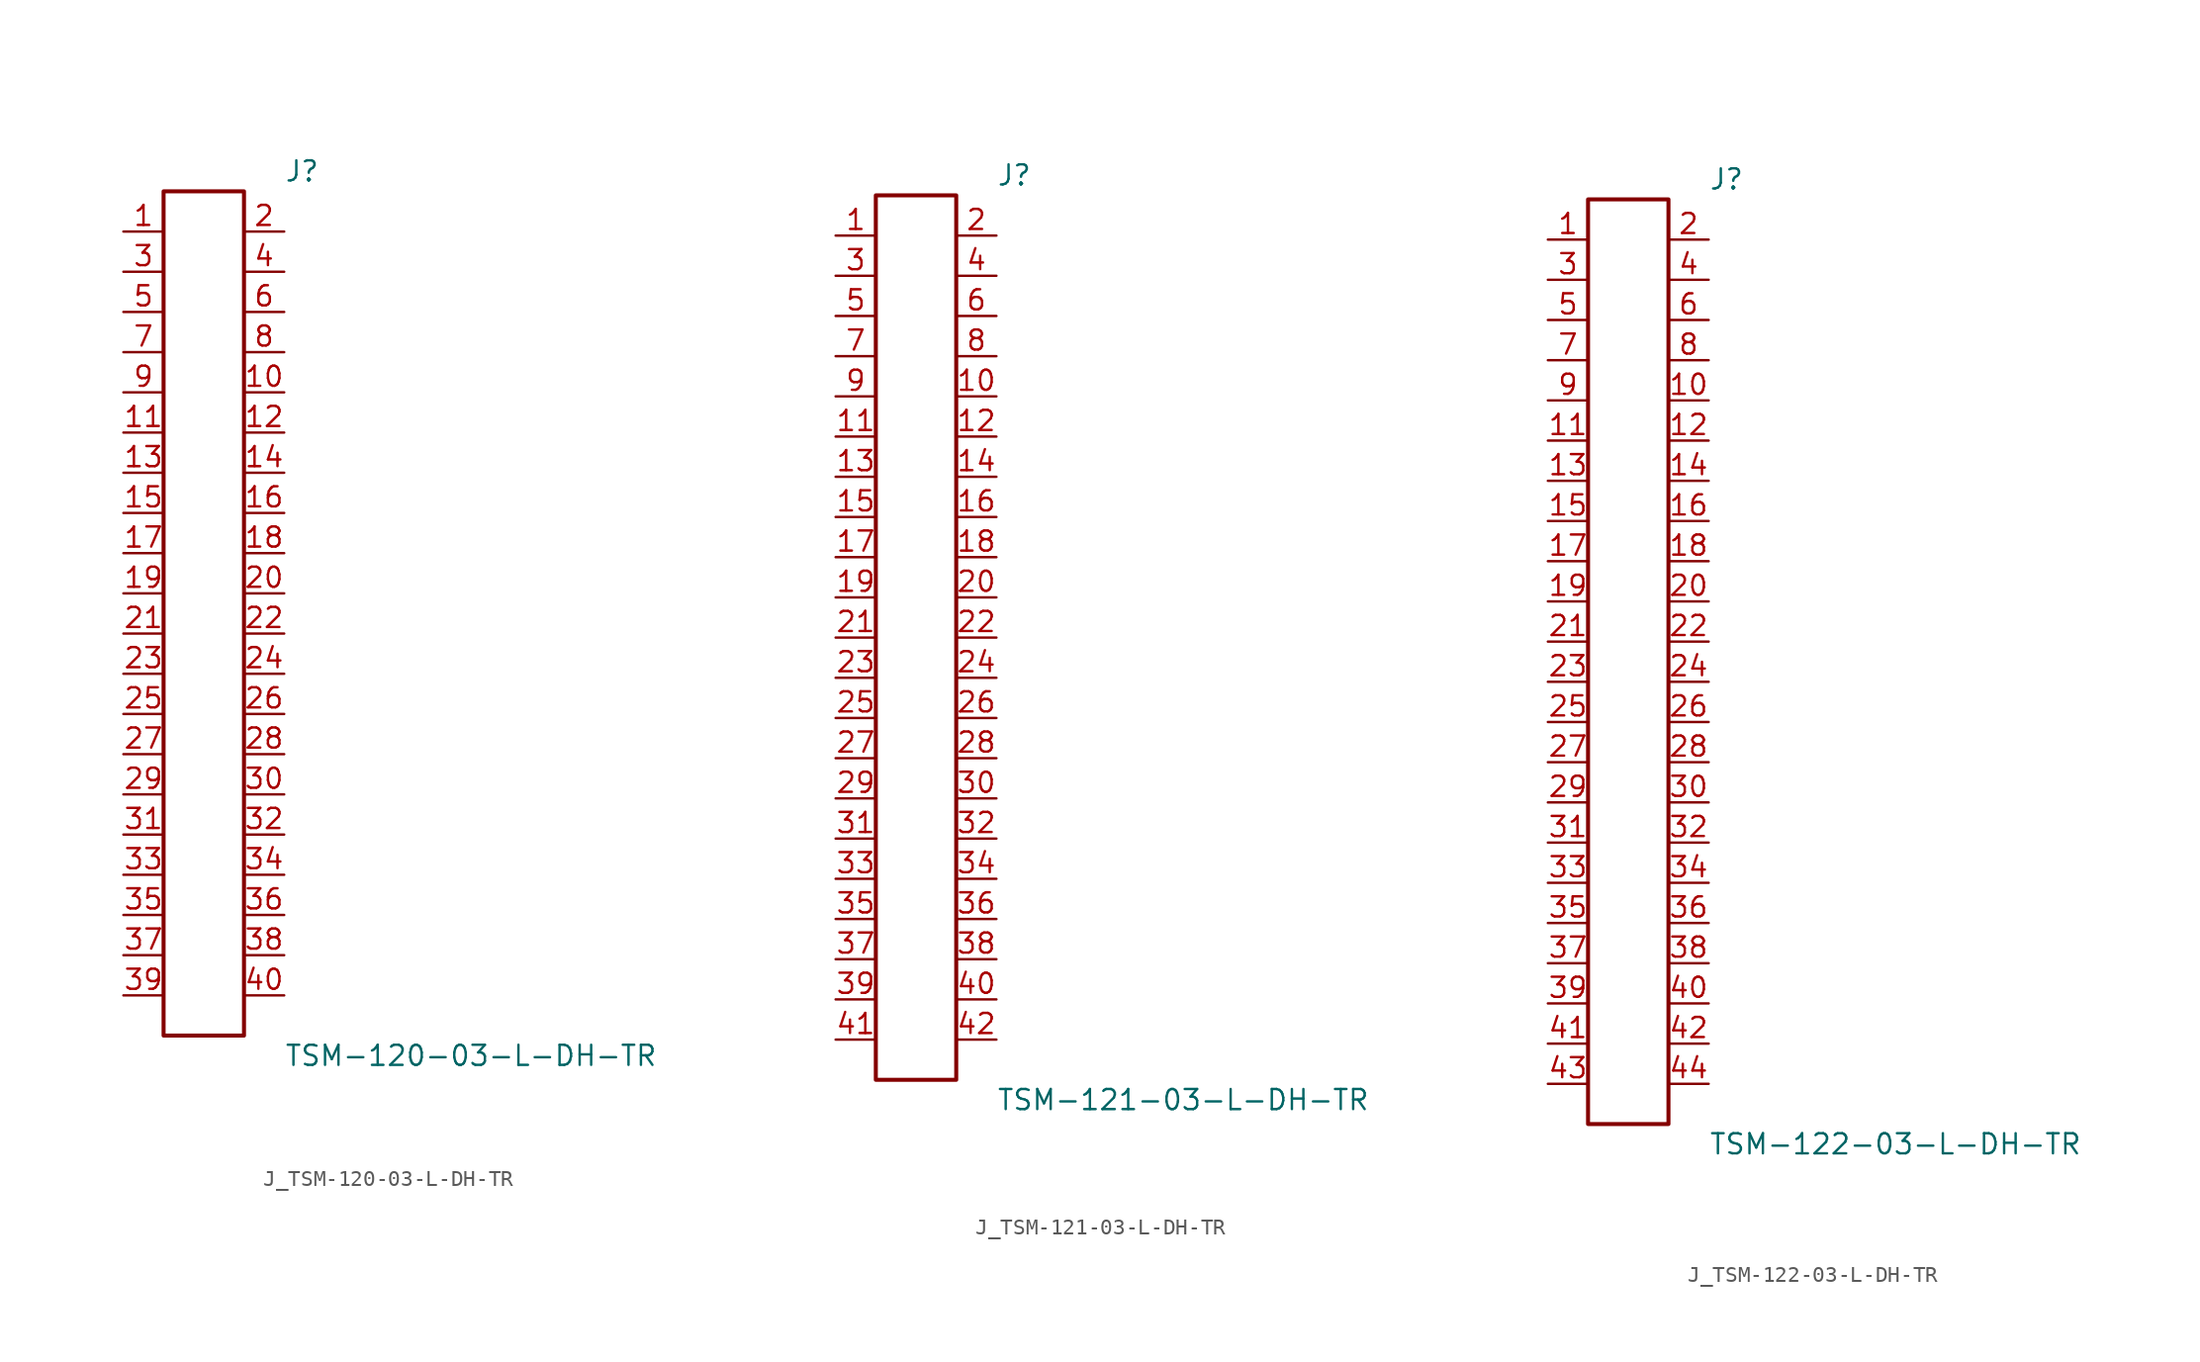
<source format=kicad_sym>
(kicad_symbol_lib
  (version 20231120)
  (generator kicad_symbol_editor)
  (generator_version 8.0)
  (symbol "J_TSM-120-03-L-DH-TR"
    (pin_names
      (offset 0.254))
    (property "Reference" "J"
      (at 5.08 27.94 0)
      (effects (font (size 1.27 1.27)) (justify left)))
    (property "Value" "TSM-120-03-L-DH-TR"
      (at 5.08 -27.94 0)
      (effects (font (size 1.27 1.27)) (justify left)))
    (symbol "J_TSM-120-03-L-DH-TR_0_0"
      (pin passive line (at -5.08 24.13 0) (length 2.54) (name "" (effects (font (size 1.27 1.27)))) (number "1" (effects (font (size 1.27 1.27)))))
      (pin passive line (at 5.08 24.13 180) (length 2.54) (name "" (effects (font (size 1.27 1.27)))) (number "2" (effects (font (size 1.27 1.27)))))
      (pin passive line (at -5.08 21.59 0) (length 2.54) (name "" (effects (font (size 1.27 1.27)))) (number "3" (effects (font (size 1.27 1.27)))))
      (pin passive line (at 5.08 21.59 180) (length 2.54) (name "" (effects (font (size 1.27 1.27)))) (number "4" (effects (font (size 1.27 1.27)))))
      (pin passive line (at -5.08 19.05 0) (length 2.54) (name "" (effects (font (size 1.27 1.27)))) (number "5" (effects (font (size 1.27 1.27)))))
      (pin passive line (at 5.08 19.05 180) (length 2.54) (name "" (effects (font (size 1.27 1.27)))) (number "6" (effects (font (size 1.27 1.27)))))
      (pin passive line (at -5.08 16.51 0) (length 2.54) (name "" (effects (font (size 1.27 1.27)))) (number "7" (effects (font (size 1.27 1.27)))))
      (pin passive line (at 5.08 16.51 180) (length 2.54) (name "" (effects (font (size 1.27 1.27)))) (number "8" (effects (font (size 1.27 1.27)))))
      (pin passive line (at -5.08 13.97 0) (length 2.54) (name "" (effects (font (size 1.27 1.27)))) (number "9" (effects (font (size 1.27 1.27)))))
      (pin passive line (at 5.08 13.97 180) (length 2.54) (name "" (effects (font (size 1.27 1.27)))) (number "10" (effects (font (size 1.27 1.27)))))
      (pin passive line (at -5.08 11.43 0) (length 2.54) (name "" (effects (font (size 1.27 1.27)))) (number "11" (effects (font (size 1.27 1.27)))))
      (pin passive line (at 5.08 11.43 180) (length 2.54) (name "" (effects (font (size 1.27 1.27)))) (number "12" (effects (font (size 1.27 1.27)))))
      (pin passive line (at -5.08 8.89 0) (length 2.54) (name "" (effects (font (size 1.27 1.27)))) (number "13" (effects (font (size 1.27 1.27)))))
      (pin passive line (at 5.08 8.89 180) (length 2.54) (name "" (effects (font (size 1.27 1.27)))) (number "14" (effects (font (size 1.27 1.27)))))
      (pin passive line (at -5.08 6.35 0) (length 2.54) (name "" (effects (font (size 1.27 1.27)))) (number "15" (effects (font (size 1.27 1.27)))))
      (pin passive line (at 5.08 6.35 180) (length 2.54) (name "" (effects (font (size 1.27 1.27)))) (number "16" (effects (font (size 1.27 1.27)))))
      (pin passive line (at -5.08 3.81 0) (length 2.54) (name "" (effects (font (size 1.27 1.27)))) (number "17" (effects (font (size 1.27 1.27)))))
      (pin passive line (at 5.08 3.81 180) (length 2.54) (name "" (effects (font (size 1.27 1.27)))) (number "18" (effects (font (size 1.27 1.27)))))
      (pin passive line (at -5.08 1.27 0) (length 2.54) (name "" (effects (font (size 1.27 1.27)))) (number "19" (effects (font (size 1.27 1.27)))))
      (pin passive line (at 5.08 1.27 180) (length 2.54) (name "" (effects (font (size 1.27 1.27)))) (number "20" (effects (font (size 1.27 1.27)))))
      (pin passive line (at -5.08 -1.27 0) (length 2.54) (name "" (effects (font (size 1.27 1.27)))) (number "21" (effects (font (size 1.27 1.27)))))
      (pin passive line (at 5.08 -1.27 180) (length 2.54) (name "" (effects (font (size 1.27 1.27)))) (number "22" (effects (font (size 1.27 1.27)))))
      (pin passive line (at -5.08 -3.81 0) (length 2.54) (name "" (effects (font (size 1.27 1.27)))) (number "23" (effects (font (size 1.27 1.27)))))
      (pin passive line (at 5.08 -3.81 180) (length 2.54) (name "" (effects (font (size 1.27 1.27)))) (number "24" (effects (font (size 1.27 1.27)))))
      (pin passive line (at -5.08 -6.35 0) (length 2.54) (name "" (effects (font (size 1.27 1.27)))) (number "25" (effects (font (size 1.27 1.27)))))
      (pin passive line (at 5.08 -6.35 180) (length 2.54) (name "" (effects (font (size 1.27 1.27)))) (number "26" (effects (font (size 1.27 1.27)))))
      (pin passive line (at -5.08 -8.89 0) (length 2.54) (name "" (effects (font (size 1.27 1.27)))) (number "27" (effects (font (size 1.27 1.27)))))
      (pin passive line (at 5.08 -8.89 180) (length 2.54) (name "" (effects (font (size 1.27 1.27)))) (number "28" (effects (font (size 1.27 1.27)))))
      (pin passive line (at -5.08 -11.43 0) (length 2.54) (name "" (effects (font (size 1.27 1.27)))) (number "29" (effects (font (size 1.27 1.27)))))
      (pin passive line (at 5.08 -11.43 180) (length 2.54) (name "" (effects (font (size 1.27 1.27)))) (number "30" (effects (font (size 1.27 1.27)))))
      (pin passive line (at -5.08 -13.97 0) (length 2.54) (name "" (effects (font (size 1.27 1.27)))) (number "31" (effects (font (size 1.27 1.27)))))
      (pin passive line (at 5.08 -13.97 180) (length 2.54) (name "" (effects (font (size 1.27 1.27)))) (number "32" (effects (font (size 1.27 1.27)))))
      (pin passive line (at -5.08 -16.51 0) (length 2.54) (name "" (effects (font (size 1.27 1.27)))) (number "33" (effects (font (size 1.27 1.27)))))
      (pin passive line (at 5.08 -16.51 180) (length 2.54) (name "" (effects (font (size 1.27 1.27)))) (number "34" (effects (font (size 1.27 1.27)))))
      (pin passive line (at -5.08 -19.05 0) (length 2.54) (name "" (effects (font (size 1.27 1.27)))) (number "35" (effects (font (size 1.27 1.27)))))
      (pin passive line (at 5.08 -19.05 180) (length 2.54) (name "" (effects (font (size 1.27 1.27)))) (number "36" (effects (font (size 1.27 1.27)))))
      (pin passive line (at -5.08 -21.59 0) (length 2.54) (name "" (effects (font (size 1.27 1.27)))) (number "37" (effects (font (size 1.27 1.27)))))
      (pin passive line (at 5.08 -21.59 180) (length 2.54) (name "" (effects (font (size 1.27 1.27)))) (number "38" (effects (font (size 1.27 1.27)))))
      (pin passive line (at -5.08 -24.13 0) (length 2.54) (name "" (effects (font (size 1.27 1.27)))) (number "39" (effects (font (size 1.27 1.27)))))
      (pin passive line (at 5.08 -24.13 180) (length 2.54) (name "" (effects (font (size 1.27 1.27)))) (number "40" (effects (font (size 1.27 1.27))))))
    (symbol "J_TSM-120-03-L-DH-TR_1_0"
      (rectangle (start -2.54 26.67) (end 2.54 -26.67) (stroke (width 0.254) (type solid)) (fill (type none)))))
  (symbol "J_TSM-121-03-L-DH-TR"
    (pin_names
      (offset 0.254))
    (property "Reference" "J"
      (at 5.08 29.21 0)
      (effects (font (size 1.27 1.27)) (justify left)))
    (property "Value" "TSM-121-03-L-DH-TR"
      (at 5.08 -29.21 0)
      (effects (font (size 1.27 1.27)) (justify left)))
    (symbol "J_TSM-121-03-L-DH-TR_0_0"
      (pin passive line (at -5.08 25.4 0) (length 2.54) (name "" (effects (font (size 1.27 1.27)))) (number "1" (effects (font (size 1.27 1.27)))))
      (pin passive line (at 5.08 25.4 180) (length 2.54) (name "" (effects (font (size 1.27 1.27)))) (number "2" (effects (font (size 1.27 1.27)))))
      (pin passive line (at -5.08 22.86 0) (length 2.54) (name "" (effects (font (size 1.27 1.27)))) (number "3" (effects (font (size 1.27 1.27)))))
      (pin passive line (at 5.08 22.86 180) (length 2.54) (name "" (effects (font (size 1.27 1.27)))) (number "4" (effects (font (size 1.27 1.27)))))
      (pin passive line (at -5.08 20.32 0) (length 2.54) (name "" (effects (font (size 1.27 1.27)))) (number "5" (effects (font (size 1.27 1.27)))))
      (pin passive line (at 5.08 20.32 180) (length 2.54) (name "" (effects (font (size 1.27 1.27)))) (number "6" (effects (font (size 1.27 1.27)))))
      (pin passive line (at -5.08 17.78 0) (length 2.54) (name "" (effects (font (size 1.27 1.27)))) (number "7" (effects (font (size 1.27 1.27)))))
      (pin passive line (at 5.08 17.78 180) (length 2.54) (name "" (effects (font (size 1.27 1.27)))) (number "8" (effects (font (size 1.27 1.27)))))
      (pin passive line (at -5.08 15.24 0) (length 2.54) (name "" (effects (font (size 1.27 1.27)))) (number "9" (effects (font (size 1.27 1.27)))))
      (pin passive line (at 5.08 15.24 180) (length 2.54) (name "" (effects (font (size 1.27 1.27)))) (number "10" (effects (font (size 1.27 1.27)))))
      (pin passive line (at -5.08 12.7 0) (length 2.54) (name "" (effects (font (size 1.27 1.27)))) (number "11" (effects (font (size 1.27 1.27)))))
      (pin passive line (at 5.08 12.7 180) (length 2.54) (name "" (effects (font (size 1.27 1.27)))) (number "12" (effects (font (size 1.27 1.27)))))
      (pin passive line (at -5.08 10.16 0) (length 2.54) (name "" (effects (font (size 1.27 1.27)))) (number "13" (effects (font (size 1.27 1.27)))))
      (pin passive line (at 5.08 10.16 180) (length 2.54) (name "" (effects (font (size 1.27 1.27)))) (number "14" (effects (font (size 1.27 1.27)))))
      (pin passive line (at -5.08 7.62 0) (length 2.54) (name "" (effects (font (size 1.27 1.27)))) (number "15" (effects (font (size 1.27 1.27)))))
      (pin passive line (at 5.08 7.62 180) (length 2.54) (name "" (effects (font (size 1.27 1.27)))) (number "16" (effects (font (size 1.27 1.27)))))
      (pin passive line (at -5.08 5.08 0) (length 2.54) (name "" (effects (font (size 1.27 1.27)))) (number "17" (effects (font (size 1.27 1.27)))))
      (pin passive line (at 5.08 5.08 180) (length 2.54) (name "" (effects (font (size 1.27 1.27)))) (number "18" (effects (font (size 1.27 1.27)))))
      (pin passive line (at -5.08 2.54 0) (length 2.54) (name "" (effects (font (size 1.27 1.27)))) (number "19" (effects (font (size 1.27 1.27)))))
      (pin passive line (at 5.08 2.54 180) (length 2.54) (name "" (effects (font (size 1.27 1.27)))) (number "20" (effects (font (size 1.27 1.27)))))
      (pin passive line (at -5.08 0.0 0) (length 2.54) (name "" (effects (font (size 1.27 1.27)))) (number "21" (effects (font (size 1.27 1.27)))))
      (pin passive line (at 5.08 0.0 180) (length 2.54) (name "" (effects (font (size 1.27 1.27)))) (number "22" (effects (font (size 1.27 1.27)))))
      (pin passive line (at -5.08 -2.54 0) (length 2.54) (name "" (effects (font (size 1.27 1.27)))) (number "23" (effects (font (size 1.27 1.27)))))
      (pin passive line (at 5.08 -2.54 180) (length 2.54) (name "" (effects (font (size 1.27 1.27)))) (number "24" (effects (font (size 1.27 1.27)))))
      (pin passive line (at -5.08 -5.08 0) (length 2.54) (name "" (effects (font (size 1.27 1.27)))) (number "25" (effects (font (size 1.27 1.27)))))
      (pin passive line (at 5.08 -5.08 180) (length 2.54) (name "" (effects (font (size 1.27 1.27)))) (number "26" (effects (font (size 1.27 1.27)))))
      (pin passive line (at -5.08 -7.62 0) (length 2.54) (name "" (effects (font (size 1.27 1.27)))) (number "27" (effects (font (size 1.27 1.27)))))
      (pin passive line (at 5.08 -7.62 180) (length 2.54) (name "" (effects (font (size 1.27 1.27)))) (number "28" (effects (font (size 1.27 1.27)))))
      (pin passive line (at -5.08 -10.16 0) (length 2.54) (name "" (effects (font (size 1.27 1.27)))) (number "29" (effects (font (size 1.27 1.27)))))
      (pin passive line (at 5.08 -10.16 180) (length 2.54) (name "" (effects (font (size 1.27 1.27)))) (number "30" (effects (font (size 1.27 1.27)))))
      (pin passive line (at -5.08 -12.7 0) (length 2.54) (name "" (effects (font (size 1.27 1.27)))) (number "31" (effects (font (size 1.27 1.27)))))
      (pin passive line (at 5.08 -12.7 180) (length 2.54) (name "" (effects (font (size 1.27 1.27)))) (number "32" (effects (font (size 1.27 1.27)))))
      (pin passive line (at -5.08 -15.24 0) (length 2.54) (name "" (effects (font (size 1.27 1.27)))) (number "33" (effects (font (size 1.27 1.27)))))
      (pin passive line (at 5.08 -15.24 180) (length 2.54) (name "" (effects (font (size 1.27 1.27)))) (number "34" (effects (font (size 1.27 1.27)))))
      (pin passive line (at -5.08 -17.78 0) (length 2.54) (name "" (effects (font (size 1.27 1.27)))) (number "35" (effects (font (size 1.27 1.27)))))
      (pin passive line (at 5.08 -17.78 180) (length 2.54) (name "" (effects (font (size 1.27 1.27)))) (number "36" (effects (font (size 1.27 1.27)))))
      (pin passive line (at -5.08 -20.32 0) (length 2.54) (name "" (effects (font (size 1.27 1.27)))) (number "37" (effects (font (size 1.27 1.27)))))
      (pin passive line (at 5.08 -20.32 180) (length 2.54) (name "" (effects (font (size 1.27 1.27)))) (number "38" (effects (font (size 1.27 1.27)))))
      (pin passive line (at -5.08 -22.86 0) (length 2.54) (name "" (effects (font (size 1.27 1.27)))) (number "39" (effects (font (size 1.27 1.27)))))
      (pin passive line (at 5.08 -22.86 180) (length 2.54) (name "" (effects (font (size 1.27 1.27)))) (number "40" (effects (font (size 1.27 1.27)))))
      (pin passive line (at -5.08 -25.4 0) (length 2.54) (name "" (effects (font (size 1.27 1.27)))) (number "41" (effects (font (size 1.27 1.27)))))
      (pin passive line (at 5.08 -25.4 180) (length 2.54) (name "" (effects (font (size 1.27 1.27)))) (number "42" (effects (font (size 1.27 1.27))))))
    (symbol "J_TSM-121-03-L-DH-TR_1_0"
      (rectangle (start -2.54 27.94) (end 2.54 -27.94) (stroke (width 0.254) (type solid)) (fill (type none)))))
  (symbol "J_TSM-122-03-L-DH-TR"
    (pin_names
      (offset 0.254))
    (property "Reference" "J"
      (at 5.08 30.48 0)
      (effects (font (size 1.27 1.27)) (justify left)))
    (property "Value" "TSM-122-03-L-DH-TR"
      (at 5.08 -30.48 0)
      (effects (font (size 1.27 1.27)) (justify left)))
    (symbol "J_TSM-122-03-L-DH-TR_0_0"
      (pin passive line (at -5.08 26.67 0) (length 2.54) (name "" (effects (font (size 1.27 1.27)))) (number "1" (effects (font (size 1.27 1.27)))))
      (pin passive line (at 5.08 26.67 180) (length 2.54) (name "" (effects (font (size 1.27 1.27)))) (number "2" (effects (font (size 1.27 1.27)))))
      (pin passive line (at -5.08 24.13 0) (length 2.54) (name "" (effects (font (size 1.27 1.27)))) (number "3" (effects (font (size 1.27 1.27)))))
      (pin passive line (at 5.08 24.13 180) (length 2.54) (name "" (effects (font (size 1.27 1.27)))) (number "4" (effects (font (size 1.27 1.27)))))
      (pin passive line (at -5.08 21.59 0) (length 2.54) (name "" (effects (font (size 1.27 1.27)))) (number "5" (effects (font (size 1.27 1.27)))))
      (pin passive line (at 5.08 21.59 180) (length 2.54) (name "" (effects (font (size 1.27 1.27)))) (number "6" (effects (font (size 1.27 1.27)))))
      (pin passive line (at -5.08 19.05 0) (length 2.54) (name "" (effects (font (size 1.27 1.27)))) (number "7" (effects (font (size 1.27 1.27)))))
      (pin passive line (at 5.08 19.05 180) (length 2.54) (name "" (effects (font (size 1.27 1.27)))) (number "8" (effects (font (size 1.27 1.27)))))
      (pin passive line (at -5.08 16.51 0) (length 2.54) (name "" (effects (font (size 1.27 1.27)))) (number "9" (effects (font (size 1.27 1.27)))))
      (pin passive line (at 5.08 16.51 180) (length 2.54) (name "" (effects (font (size 1.27 1.27)))) (number "10" (effects (font (size 1.27 1.27)))))
      (pin passive line (at -5.08 13.97 0) (length 2.54) (name "" (effects (font (size 1.27 1.27)))) (number "11" (effects (font (size 1.27 1.27)))))
      (pin passive line (at 5.08 13.97 180) (length 2.54) (name "" (effects (font (size 1.27 1.27)))) (number "12" (effects (font (size 1.27 1.27)))))
      (pin passive line (at -5.08 11.43 0) (length 2.54) (name "" (effects (font (size 1.27 1.27)))) (number "13" (effects (font (size 1.27 1.27)))))
      (pin passive line (at 5.08 11.43 180) (length 2.54) (name "" (effects (font (size 1.27 1.27)))) (number "14" (effects (font (size 1.27 1.27)))))
      (pin passive line (at -5.08 8.89 0) (length 2.54) (name "" (effects (font (size 1.27 1.27)))) (number "15" (effects (font (size 1.27 1.27)))))
      (pin passive line (at 5.08 8.89 180) (length 2.54) (name "" (effects (font (size 1.27 1.27)))) (number "16" (effects (font (size 1.27 1.27)))))
      (pin passive line (at -5.08 6.35 0) (length 2.54) (name "" (effects (font (size 1.27 1.27)))) (number "17" (effects (font (size 1.27 1.27)))))
      (pin passive line (at 5.08 6.35 180) (length 2.54) (name "" (effects (font (size 1.27 1.27)))) (number "18" (effects (font (size 1.27 1.27)))))
      (pin passive line (at -5.08 3.81 0) (length 2.54) (name "" (effects (font (size 1.27 1.27)))) (number "19" (effects (font (size 1.27 1.27)))))
      (pin passive line (at 5.08 3.81 180) (length 2.54) (name "" (effects (font (size 1.27 1.27)))) (number "20" (effects (font (size 1.27 1.27)))))
      (pin passive line (at -5.08 1.27 0) (length 2.54) (name "" (effects (font (size 1.27 1.27)))) (number "21" (effects (font (size 1.27 1.27)))))
      (pin passive line (at 5.08 1.27 180) (length 2.54) (name "" (effects (font (size 1.27 1.27)))) (number "22" (effects (font (size 1.27 1.27)))))
      (pin passive line (at -5.08 -1.27 0) (length 2.54) (name "" (effects (font (size 1.27 1.27)))) (number "23" (effects (font (size 1.27 1.27)))))
      (pin passive line (at 5.08 -1.27 180) (length 2.54) (name "" (effects (font (size 1.27 1.27)))) (number "24" (effects (font (size 1.27 1.27)))))
      (pin passive line (at -5.08 -3.81 0) (length 2.54) (name "" (effects (font (size 1.27 1.27)))) (number "25" (effects (font (size 1.27 1.27)))))
      (pin passive line (at 5.08 -3.81 180) (length 2.54) (name "" (effects (font (size 1.27 1.27)))) (number "26" (effects (font (size 1.27 1.27)))))
      (pin passive line (at -5.08 -6.35 0) (length 2.54) (name "" (effects (font (size 1.27 1.27)))) (number "27" (effects (font (size 1.27 1.27)))))
      (pin passive line (at 5.08 -6.35 180) (length 2.54) (name "" (effects (font (size 1.27 1.27)))) (number "28" (effects (font (size 1.27 1.27)))))
      (pin passive line (at -5.08 -8.89 0) (length 2.54) (name "" (effects (font (size 1.27 1.27)))) (number "29" (effects (font (size 1.27 1.27)))))
      (pin passive line (at 5.08 -8.89 180) (length 2.54) (name "" (effects (font (size 1.27 1.27)))) (number "30" (effects (font (size 1.27 1.27)))))
      (pin passive line (at -5.08 -11.43 0) (length 2.54) (name "" (effects (font (size 1.27 1.27)))) (number "31" (effects (font (size 1.27 1.27)))))
      (pin passive line (at 5.08 -11.43 180) (length 2.54) (name "" (effects (font (size 1.27 1.27)))) (number "32" (effects (font (size 1.27 1.27)))))
      (pin passive line (at -5.08 -13.97 0) (length 2.54) (name "" (effects (font (size 1.27 1.27)))) (number "33" (effects (font (size 1.27 1.27)))))
      (pin passive line (at 5.08 -13.97 180) (length 2.54) (name "" (effects (font (size 1.27 1.27)))) (number "34" (effects (font (size 1.27 1.27)))))
      (pin passive line (at -5.08 -16.51 0) (length 2.54) (name "" (effects (font (size 1.27 1.27)))) (number "35" (effects (font (size 1.27 1.27)))))
      (pin passive line (at 5.08 -16.51 180) (length 2.54) (name "" (effects (font (size 1.27 1.27)))) (number "36" (effects (font (size 1.27 1.27)))))
      (pin passive line (at -5.08 -19.05 0) (length 2.54) (name "" (effects (font (size 1.27 1.27)))) (number "37" (effects (font (size 1.27 1.27)))))
      (pin passive line (at 5.08 -19.05 180) (length 2.54) (name "" (effects (font (size 1.27 1.27)))) (number "38" (effects (font (size 1.27 1.27)))))
      (pin passive line (at -5.08 -21.59 0) (length 2.54) (name "" (effects (font (size 1.27 1.27)))) (number "39" (effects (font (size 1.27 1.27)))))
      (pin passive line (at 5.08 -21.59 180) (length 2.54) (name "" (effects (font (size 1.27 1.27)))) (number "40" (effects (font (size 1.27 1.27)))))
      (pin passive line (at -5.08 -24.13 0) (length 2.54) (name "" (effects (font (size 1.27 1.27)))) (number "41" (effects (font (size 1.27 1.27)))))
      (pin passive line (at 5.08 -24.13 180) (length 2.54) (name "" (effects (font (size 1.27 1.27)))) (number "42" (effects (font (size 1.27 1.27)))))
      (pin passive line (at -5.08 -26.67 0) (length 2.54) (name "" (effects (font (size 1.27 1.27)))) (number "43" (effects (font (size 1.27 1.27)))))
      (pin passive line (at 5.08 -26.67 180) (length 2.54) (name "" (effects (font (size 1.27 1.27)))) (number "44" (effects (font (size 1.27 1.27))))))
    (symbol "J_TSM-122-03-L-DH-TR_1_0"
      (rectangle (start -2.54 29.21) (end 2.54 -29.21) (stroke (width 0.254) (type solid)) (fill (type none))))))
</source>
